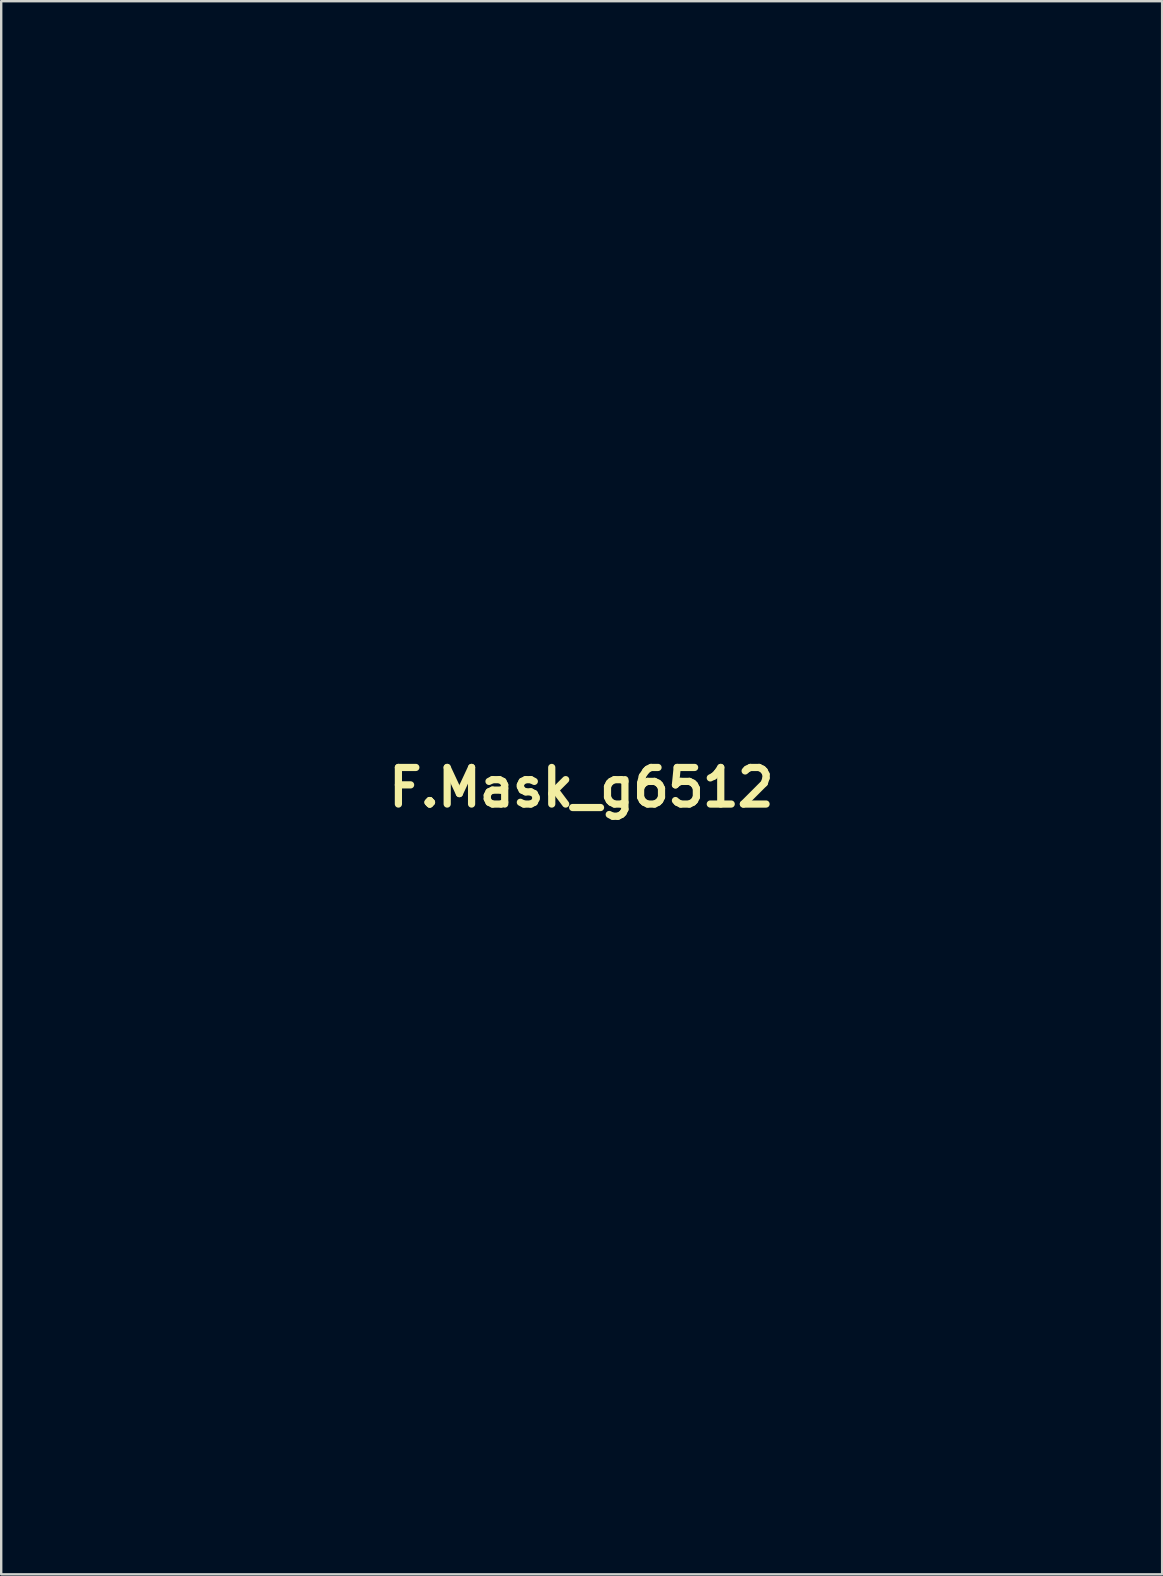
<source format=kicad_pcb>
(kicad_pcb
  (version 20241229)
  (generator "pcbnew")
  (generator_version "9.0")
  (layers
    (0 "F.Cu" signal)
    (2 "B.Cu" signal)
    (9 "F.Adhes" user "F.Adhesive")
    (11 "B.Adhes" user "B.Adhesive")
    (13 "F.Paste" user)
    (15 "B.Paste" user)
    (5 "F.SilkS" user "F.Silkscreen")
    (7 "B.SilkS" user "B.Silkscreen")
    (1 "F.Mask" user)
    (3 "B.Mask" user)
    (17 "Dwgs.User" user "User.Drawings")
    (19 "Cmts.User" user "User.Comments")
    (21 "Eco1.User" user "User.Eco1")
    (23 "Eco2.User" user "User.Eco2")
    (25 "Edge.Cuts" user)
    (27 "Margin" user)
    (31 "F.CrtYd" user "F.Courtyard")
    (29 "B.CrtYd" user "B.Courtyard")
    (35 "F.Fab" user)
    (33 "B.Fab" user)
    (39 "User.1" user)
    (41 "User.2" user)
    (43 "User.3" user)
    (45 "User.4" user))
  (footprint "F.Mask_g6512"
    (layer "F.Cu")
    (at 21.163 29.748)
    (property "Reference" "F.Mask_g6512" (at 0 0 0) (layer "F.SilkS") (effects (font (size 1.524 1.524) (thickness 0.3))))
    (attr through_hole)
    (fp_poly (pts (xy -18.923 11.506) (xy -21.057 11.506) (xy -21.044 10.173) (xy -18.923 10.159) (xy -18.923 11.506)) (stroke (width 0.01) (type solid)) (fill yes) (layer "F.Mask"))
    (fp_poly (pts (xy -18.923 14.046) (xy -21.057 14.046) (xy -21.044 12.713) (xy -18.923 12.699) (xy -18.923 14.046)) (stroke (width 0.01) (type solid)) (fill yes) (layer "F.Mask"))
    (fp_poly (pts (xy -18.923 16.586) (xy -21.057 16.586) (xy -21.044 15.253) (xy -18.923 15.239) (xy -18.923 16.586)) (stroke (width 0.01) (type solid)) (fill yes) (layer "F.Mask"))
    (fp_poly (pts (xy -7.036 26.949) (xy -7.341 26.949) (xy -7.341 25.832) (xy -7.036 25.832) (xy -7.036 26.949)) (stroke (width 0.01) (type solid)) (fill yes) (layer "F.Mask"))
    (fp_poly (pts (xy 21.082 11.506) (xy 18.948 11.506) (xy 18.948 10.16) (xy 21.082 10.16) (xy 21.082 11.506)) (stroke (width 0.01) (type solid)) (fill yes) (layer "F.Mask"))
    (fp_poly (pts (xy 21.082 14.046) (xy 18.948 14.046) (xy 18.948 12.7) (xy 21.082 12.7) (xy 21.082 14.046)) (stroke (width 0.01) (type solid)) (fill yes) (layer "F.Mask"))
    (fp_poly (pts (xy 21.082 16.586) (xy 18.948 16.586) (xy 18.948 15.24) (xy 21.082 15.24) (xy 21.082 16.586)) (stroke (width 0.01) (type solid)) (fill yes) (layer "F.Mask"))
    (fp_poly (pts (xy -7.106 25.371) (xy -7.036 25.425) (xy -6.992 25.498) (xy -6.985 25.54) (xy -7.007 25.621) (xy -7.063 25.683) (xy -7.14 25.719) (xy -7.224 25.724) (xy -7.3 25.693) (xy -7.315 25.679) (xy -7.361 25.604) (xy -7.367 25.52) (xy -7.34 25.44) (xy -7.284 25.379) (xy -7.204 25.35) (xy -7.187 25.349) (xy -7.106 25.371)) (stroke (width 0.01) (type solid)) (fill yes) (layer "F.Mask"))
    (fp_poly (pts (xy -2.704 26.556) (xy -2.619 26.613) (xy -2.614 26.617) (xy -2.554 26.702) (xy -2.545 26.787) (xy -2.587 26.871) (xy -2.597 26.884) (xy -2.681 26.947) (xy -2.772 26.963) (xy -2.845 26.943) (xy -2.92 26.879) (xy -2.956 26.796) (xy -2.952 26.705) (xy -2.907 26.622) (xy -2.877 26.593) (xy -2.79 26.549) (xy -2.704 26.556)) (stroke (width 0.01) (type solid)) (fill yes) (layer "F.Mask"))
    (fp_poly (pts (xy -6.401 25.832) (xy -6.096 25.832) (xy -6.096 26.111) (xy -6.403 26.111) (xy -6.395 26.384) (xy -6.388 26.657) (xy -6.242 26.665) (xy -6.096 26.673) (xy -6.096 26.949) (xy -6.267 26.947) (xy -6.361 26.945) (xy -6.437 26.939) (xy -6.477 26.933) (xy -6.561 26.9) (xy -6.622 26.858) (xy -6.664 26.8) (xy -6.689 26.718) (xy -6.702 26.603) (xy -6.706 26.447) (xy -6.706 26.417) (xy -6.706 26.111) (xy -6.883 26.111) (xy -6.883 25.832) (xy -6.706 25.832) (xy -6.706 25.578) (xy -6.401 25.578) (xy -6.401 25.832)) (stroke (width 0.01) (type solid)) (fill yes) (layer "F.Mask"))
    (fp_poly (pts (xy -20.371 21.328) (xy -16.402 25.155) (xy -12.433 28.981) (xy 12.46 28.981) (xy 16.428 25.155) (xy 20.396 21.329) (xy 20.396 19.669) (xy 20.396 18.009) (xy 21.184 18.009) (xy 21.183 20.149) (xy 21.181 22.288) (xy 20.617 22.827) (xy 20.539 22.902) (xy 20.426 23.011) (xy 20.281 23.15) (xy 20.107 23.318) (xy 19.904 23.512) (xy 19.677 23.731) (xy 19.426 23.973) (xy 19.155 24.234) (xy 18.865 24.514) (xy 18.559 24.809) (xy 18.239 25.117) (xy 17.907 25.438) (xy 17.566 25.767) (xy 17.217 26.103) (xy 16.864 26.445) (xy 16.739 26.565) (xy 13.424 29.765) (xy -13.399 29.765) (xy -17.272 26.027) (xy -21.145 22.289) (xy -21.152 20.149) (xy -21.158 18.009) (xy -20.371 18.009) (xy -20.371 21.328)) (stroke (width 0.01) (type solid)) (fill yes) (layer "F.Mask"))
    (fp_poly (pts (xy -4.406 26.307) (xy -4.456 26.456) (xy -4.502 26.591) (xy -4.54 26.702) (xy -4.568 26.783) (xy -4.583 26.825) (xy -4.584 26.827) (xy -4.633 26.887) (xy -4.717 26.934) (xy -4.819 26.96) (xy -4.923 26.962) (xy -4.945 26.958) (xy -4.993 26.942) (xy -5.036 26.914) (xy -5.076 26.866) (xy -5.117 26.794) (xy -5.162 26.692) (xy -5.214 26.553) (xy -5.277 26.372) (xy -5.29 26.332) (xy -5.457 25.832) (xy -5.114 25.832) (xy -4.989 26.238) (xy -4.947 26.372) (xy -4.909 26.488) (xy -4.878 26.577) (xy -4.857 26.631) (xy -4.85 26.644) (xy -4.838 26.621) (xy -4.813 26.558) (xy -4.78 26.462) (xy -4.74 26.342) (xy -4.709 26.245) (xy -4.583 25.845) (xy -4.414 25.837) (xy -4.245 25.83) (xy -4.406 26.307)) (stroke (width 0.01) (type solid)) (fill yes) (layer "F.Mask"))
    (fp_poly (pts (xy -8.433 26.06) (xy -8.312 26.06) (xy -8.171 26.049) (xy -8.057 26.018) (xy -7.979 25.97) (xy -7.964 25.952) (xy -7.943 25.903) (xy -7.93 25.822) (xy -7.925 25.701) (xy -7.925 25.661) (xy -7.925 25.425) (xy -7.595 25.425) (xy -7.595 25.66) (xy -7.599 25.824) (xy -7.615 25.949) (xy -7.645 26.045) (xy -7.691 26.123) (xy -7.746 26.183) (xy -7.842 26.275) (xy -7.751 26.46) (xy -7.705 26.551) (xy -7.671 26.606) (xy -7.641 26.634) (xy -7.604 26.643) (xy -7.564 26.645) (xy -7.468 26.645) (xy -7.468 26.955) (xy -7.632 26.945) (xy -7.737 26.933) (xy -7.819 26.908) (xy -7.886 26.861) (xy -7.947 26.787) (xy -8.012 26.676) (xy -8.057 26.585) (xy -8.177 26.34) (xy -8.433 26.34) (xy -8.433 26.949) (xy -8.763 26.949) (xy -8.763 25.425) (xy -8.433 25.425) (xy -8.433 26.06)) (stroke (width 0.01) (type solid)) (fill yes) (layer "F.Mask"))
    (fp_poly (pts (xy -12.84 25.431) (xy -12.694 25.436) (xy -12.587 25.443) (xy -12.508 25.452) (xy -12.445 25.466) (xy -12.387 25.487) (xy -12.322 25.518) (xy -12.308 25.524) (xy -12.148 25.625) (xy -12.031 25.748) (xy -11.955 25.898) (xy -11.919 26.078) (xy -11.916 26.233) (xy -11.941 26.421) (xy -12 26.576) (xy -12.096 26.704) (xy -12.176 26.774) (xy -12.256 26.83) (xy -12.333 26.871) (xy -12.417 26.9) (xy -12.519 26.92) (xy -12.65 26.933) (xy -12.82 26.941) (xy -12.846 26.942) (xy -13.208 26.956) (xy -13.208 26.645) (xy -12.878 26.645) (xy -12.719 26.644) (xy -12.598 26.636) (xy -12.503 26.608) (xy -12.461 26.587) (xy -12.344 26.498) (xy -12.271 26.387) (xy -12.243 26.292) (xy -12.235 26.129) (xy -12.271 25.988) (xy -12.347 25.873) (xy -12.459 25.789) (xy -12.603 25.741) (xy -12.719 25.731) (xy -12.878 25.73) (xy -12.878 26.645) (xy -13.208 26.645) (xy -13.208 25.418) (xy -12.84 25.431)) (stroke (width 0.01) (type solid)) (fill yes) (layer "F.Mask"))
    (fp_poly (pts (xy -10.211 26.239) (xy -10.167 26.372) (xy -10.126 26.485) (xy -10.092 26.571) (xy -10.068 26.621) (xy -10.057 26.631) (xy -10.034 26.596) (xy -10.033 26.589) (xy -10.026 26.557) (xy -10.005 26.485) (xy -9.975 26.383) (xy -9.937 26.261) (xy -9.917 26.197) (xy -9.802 25.832) (xy -9.638 25.832) (xy -9.54 25.836) (xy -9.488 25.847) (xy -9.476 25.864) (xy -9.485 25.896) (xy -9.508 25.969) (xy -9.543 26.074) (xy -9.587 26.204) (xy -9.638 26.35) (xy -9.647 26.376) (xy -9.712 26.555) (xy -9.765 26.693) (xy -9.81 26.794) (xy -9.851 26.865) (xy -9.893 26.912) (xy -9.939 26.94) (xy -9.993 26.956) (xy -10.034 26.963) (xy -10.122 26.961) (xy -10.203 26.939) (xy -10.272 26.895) (xy -10.324 26.84) (xy -10.342 26.802) (xy -10.372 26.726) (xy -10.411 26.62) (xy -10.456 26.496) (xy -10.504 26.361) (xy -10.551 26.225) (xy -10.594 26.097) (xy -10.63 25.987) (xy -10.655 25.904) (xy -10.667 25.857) (xy -10.668 25.852) (xy -10.645 25.842) (xy -10.584 25.834) (xy -10.504 25.832) (xy -10.34 25.832) (xy -10.211 26.239)) (stroke (width 0.01) (type solid)) (fill yes) (layer "F.Mask"))
    (fp_poly (pts (xy -11.074 25.83) (xy -10.941 25.895) (xy -10.836 25.999) (xy -10.762 26.135) (xy -10.724 26.3) (xy -10.719 26.389) (xy -10.719 26.492) (xy -11.088 26.492) (xy -11.231 26.492) (xy -11.331 26.494) (xy -11.394 26.497) (xy -11.428 26.504) (xy -11.439 26.516) (xy -11.435 26.533) (xy -11.429 26.545) (xy -11.368 26.606) (xy -11.262 26.647) (xy -11.115 26.668) (xy -11.037 26.67) (xy -10.846 26.67) (xy -10.846 26.949) (xy -11.043 26.948) (xy -11.157 26.943) (xy -11.269 26.931) (xy -11.354 26.915) (xy -11.355 26.915) (xy -11.509 26.857) (xy -11.624 26.774) (xy -11.709 26.661) (xy -11.72 26.639) (xy -11.773 26.484) (xy -11.784 26.328) (xy -11.772 26.264) (xy -11.457 26.264) (xy -11.253 26.264) (xy -11.148 26.262) (xy -11.086 26.255) (xy -11.056 26.242) (xy -11.049 26.226) (xy -11.071 26.169) (xy -11.126 26.118) (xy -11.197 26.089) (xy -11.225 26.086) (xy -11.317 26.096) (xy -11.378 26.131) (xy -11.419 26.19) (xy -11.457 26.264) (xy -11.772 26.264) (xy -11.755 26.179) (xy -11.691 26.046) (xy -11.594 25.937) (xy -11.468 25.86) (xy -11.424 25.845) (xy -11.336 25.823) (xy -11.258 25.809) (xy -11.229 25.807) (xy -11.074 25.83)) (stroke (width 0.01) (type solid)) (fill yes) (layer "F.Mask"))
    (fp_poly (pts (xy -1.6 25.442) (xy -1.457 25.508) (xy -1.341 25.609) (xy -1.272 25.714) (xy -1.25 25.762) (xy -1.235 25.81) (xy -1.226 25.867) (xy -1.222 25.943) (xy -1.221 26.048) (xy -1.223 26.192) (xy -1.224 26.222) (xy -1.227 26.372) (xy -1.231 26.48) (xy -1.237 26.556) (xy -1.247 26.611) (xy -1.263 26.652) (xy -1.286 26.691) (xy -1.308 26.724) (xy -1.417 26.836) (xy -1.555 26.915) (xy -1.712 26.958) (xy -1.875 26.96) (xy -1.943 26.947) (xy -2.093 26.885) (xy -2.216 26.784) (xy -2.306 26.65) (xy -2.337 26.566) (xy -2.35 26.493) (xy -2.357 26.384) (xy -2.361 26.253) (xy -2.36 26.114) (xy -2.356 25.981) (xy -2.347 25.87) (xy -2.344 25.853) (xy -2.032 25.853) (xy -2.032 26.522) (xy -1.958 26.596) (xy -1.866 26.657) (xy -1.767 26.67) (xy -1.666 26.633) (xy -1.628 26.604) (xy -1.549 26.538) (xy -1.549 25.836) (xy -1.628 25.771) (xy -1.727 25.714) (xy -1.827 25.707) (xy -1.923 25.749) (xy -1.958 25.779) (xy -2.032 25.853) (xy -2.344 25.853) (xy -2.334 25.794) (xy -2.281 25.682) (xy -2.191 25.577) (xy -2.078 25.49) (xy -1.956 25.434) (xy -1.928 25.427) (xy -1.76 25.413) (xy -1.6 25.442)) (stroke (width 0.01) (type solid)) (fill yes) (layer "F.Mask"))
    (fp_poly (pts (xy -3.854 25.426) (xy -3.728 25.428) (xy -3.611 25.434) (xy -3.519 25.444) (xy -3.474 25.452) (xy -3.358 25.505) (xy -3.254 25.59) (xy -3.187 25.681) (xy -3.154 25.79) (xy -3.152 25.914) (xy -3.179 26.032) (xy -3.208 26.088) (xy -3.266 26.175) (xy -3.208 26.261) (xy -3.167 26.344) (xy -3.15 26.445) (xy -3.15 26.484) (xy -3.165 26.625) (xy -3.214 26.736) (xy -3.302 26.831) (xy -3.371 26.879) (xy -3.451 26.913) (xy -3.552 26.935) (xy -3.684 26.946) (xy -3.854 26.949) (xy -4.14 26.949) (xy -4.14 26.645) (xy -3.852 26.645) (xy -3.724 26.644) (xy -3.637 26.64) (xy -3.581 26.632) (xy -3.545 26.617) (xy -3.52 26.596) (xy -3.519 26.595) (xy -3.479 26.519) (xy -3.481 26.437) (xy -3.522 26.368) (xy -3.53 26.36) (xy -3.569 26.338) (xy -3.623 26.323) (xy -3.705 26.316) (xy -3.826 26.314) (xy -4.064 26.314) (xy -4.064 26.035) (xy -3.828 26.035) (xy -3.684 26.03) (xy -3.583 26.014) (xy -3.52 25.984) (xy -3.487 25.937) (xy -3.48 25.883) (xy -3.486 25.823) (xy -3.508 25.781) (xy -3.553 25.753) (xy -3.63 25.738) (xy -3.745 25.731) (xy -3.85 25.73) (xy -4.14 25.73) (xy -4.14 25.425) (xy -3.854 25.426)) (stroke (width 0.01) (type solid)) (fill yes) (layer "F.Mask"))
    (fp_poly (pts (xy 13.763 -29.742) (xy 14.287 -29.741) (xy 15.837 -27.387) (xy 16.065 -27.039) (xy 16.318 -26.655) (xy 16.59 -26.241) (xy 16.878 -25.805) (xy 17.176 -25.351) (xy 17.482 -24.887) (xy 17.79 -24.42) (xy 18.096 -23.955) (xy 18.397 -23.498) (xy 18.688 -23.057) (xy 18.964 -22.638) (xy 19.186 -22.301) (xy 19.408 -21.964) (xy 19.622 -21.639) (xy 19.828 -21.327) (xy 20.022 -21.032) (xy 20.203 -20.757) (xy 20.37 -20.503) (xy 20.521 -20.273) (xy 20.654 -20.07) (xy 20.768 -19.897) (xy 20.86 -19.755) (xy 20.93 -19.648) (xy 20.976 -19.577) (xy 20.996 -19.546) (xy 20.996 -19.545) (xy 20.978 -19.526) (xy 20.922 -19.485) (xy 20.833 -19.428) (xy 20.717 -19.356) (xy 20.581 -19.275) (xy 20.483 -19.218) (xy 20.314 -19.121) (xy 20.184 -19.048) (xy 20.086 -18.997) (xy 20.017 -18.964) (xy 19.971 -18.947) (xy 19.942 -18.944) (xy 19.927 -18.952) (xy 19.91 -18.976) (xy 19.867 -19.041) (xy 19.798 -19.144) (xy 19.705 -19.284) (xy 19.59 -19.458) (xy 19.452 -19.666) (xy 19.295 -19.904) (xy 19.119 -20.171) (xy 18.925 -20.465) (xy 18.714 -20.783) (xy 18.489 -21.125) (xy 18.25 -21.488) (xy 17.998 -21.87) (xy 17.735 -22.269) (xy 17.463 -22.683) (xy 17.181 -23.111) (xy 16.892 -23.55) (xy 16.853 -23.609) (xy 16.563 -24.05) (xy 16.281 -24.479) (xy 16.007 -24.895) (xy 15.743 -25.296) (xy 15.49 -25.68) (xy 15.249 -26.045) (xy 15.022 -26.39) (xy 14.81 -26.711) (xy 14.614 -27.008) (xy 14.435 -27.279) (xy 14.276 -27.521) (xy 14.136 -27.732) (xy 14.018 -27.911) (xy 13.922 -28.055) (xy 13.85 -28.163) (xy 13.803 -28.233) (xy 13.783 -28.262) (xy 13.783 -28.263) (xy 13.773 -28.257) (xy 13.75 -28.23) (xy 13.713 -28.181) (xy 13.661 -28.109) (xy 13.594 -28.013) (xy 13.51 -27.891) (xy 13.41 -27.744) (xy 13.291 -27.568) (xy 13.154 -27.364) (xy 12.997 -27.129) (xy 12.82 -26.864) (xy 12.622 -26.566) (xy 12.402 -26.234) (xy 12.159 -25.868) (xy 11.893 -25.466) (xy 11.603 -25.027) (xy 11.289 -24.55) (xy 10.948 -24.034) (xy 10.581 -23.477) (xy 10.3 -23.05) (xy 6.845 -17.806) (xy -6.82 -17.806) (xy -10.274 -23.05) (xy -10.66 -23.637) (xy -11.02 -24.182) (xy -11.353 -24.687) (xy -11.661 -25.153) (xy -11.944 -25.581) (xy -12.203 -25.973) (xy -12.439 -26.329) (xy -12.652 -26.651) (xy -12.844 -26.94) (xy -13.015 -27.196) (xy -13.167 -27.422) (xy -13.299 -27.618) (xy -13.412 -27.786) (xy -13.508 -27.927) (xy -13.587 -28.041) (xy -13.65 -28.13) (xy -13.698 -28.196) (xy -13.731 -28.239) (xy -13.751 -28.261) (xy -13.757 -28.263) (xy -13.773 -28.239) (xy -13.816 -28.175) (xy -13.885 -28.072) (xy -13.977 -27.933) (xy -14.093 -27.758) (xy -14.229 -27.552) (xy -14.386 -27.314) (xy -14.562 -27.048) (xy -14.756 -26.754) (xy -14.966 -26.436) (xy -15.191 -26.095) (xy -15.429 -25.733) (xy -15.681 -25.352) (xy -15.943 -24.954) (xy -16.215 -24.541) (xy -16.496 -24.114) (xy -16.784 -23.677) (xy -16.803 -23.647) (xy -17.096 -23.203) (xy -17.383 -22.767) (xy -17.664 -22.341) (xy -17.936 -21.927) (xy -18.199 -21.527) (xy -18.452 -21.144) (xy -18.692 -20.779) (xy -18.918 -20.436) (xy -19.129 -20.116) (xy -19.323 -19.821) (xy -19.5 -19.553) (xy -19.656 -19.315) (xy -19.792 -19.109) (xy -19.906 -18.936) (xy -19.996 -18.8) (xy -20.06 -18.702) (xy -20.096 -18.648) (xy -20.371 -18.234) (xy -20.371 8.814) (xy -21.158 8.814) (xy -21.158 -19.266) (xy -17.71 -24.503) (xy -14.262 -29.741) (xy -13.738 -29.742) (xy -13.213 -29.743) (xy -9.686 -24.385) (xy -6.16 -19.027) (xy 6.185 -19.027) (xy 9.712 -24.385) (xy 13.239 -29.743) (xy 13.763 -29.742)) (stroke (width 0.01) (type solid)) (fill yes) (layer "F.Mask")))
  (gr_rect
    (start -3 -3)
    (end 45.352 62.519)
    (stroke (width 0.1) (type default))
    (fill no)
    (layer "Edge.Cuts")))
</source>
